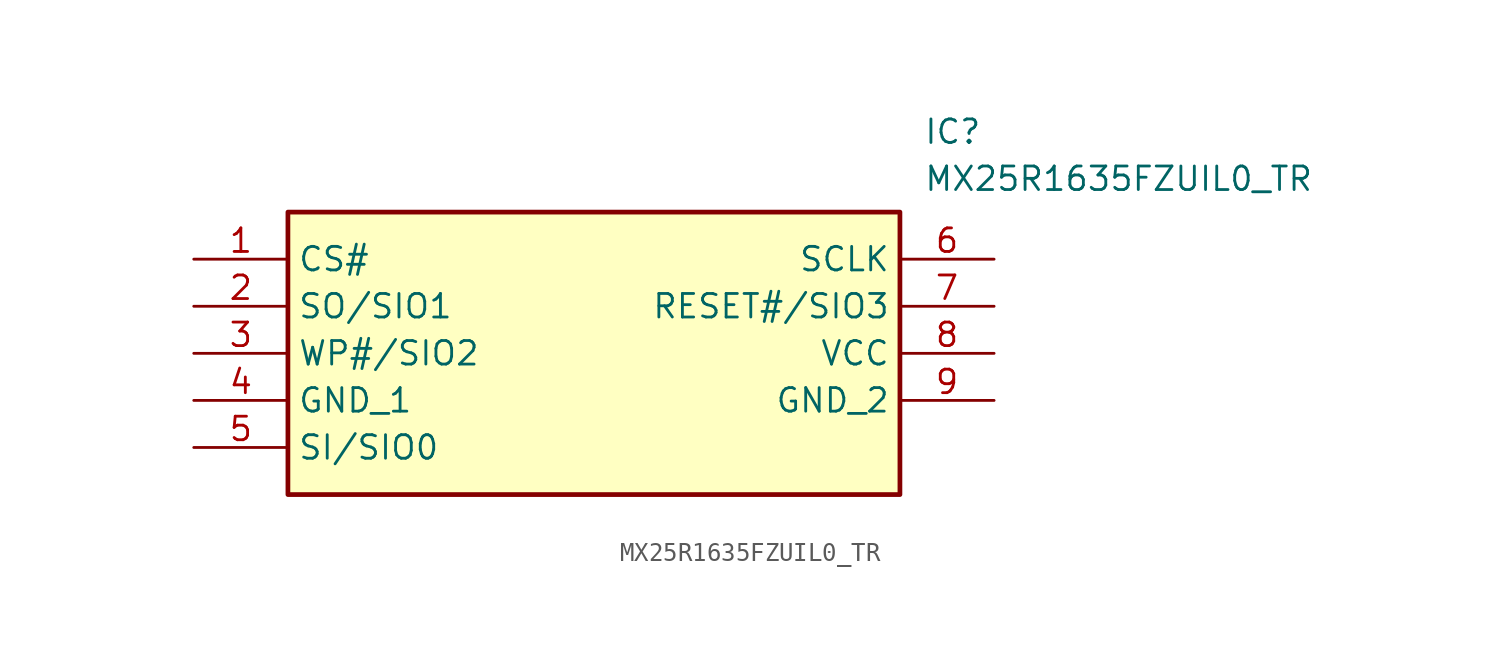
<source format=kicad_sym>
(kicad_symbol_lib
  (version 20211014)
  (generator SamacSys_ECAD_Model)
  (symbol "MX25R1635FZUIL0_TR"
    (property "Reference" "IC"
      (at 39.37 7.62 0)
      (effects (font (size 1.27 1.27)) (justify left top)))
    (property "Value" "MX25R1635FZUIL0_TR"
      (at 39.37 5.08 0)
      (effects (font (size 1.27 1.27)) (justify left top)))
    (rectangle
      (start 5.08 2.54)
      (end 38.1 -12.7)
      (stroke (width 0.254) (type default))
      (fill (type background)))
    (pin passive line
      (at 0 0 0)
      (length 5.08)
      (name "CS#" (effects (font (size 1.27 1.27))))
      (number "1" (effects (font (size 1.27 1.27)))))
    (pin passive line
      (at 0 -2.54 0)
      (length 5.08)
      (name "SO/SIO1" (effects (font (size 1.27 1.27))))
      (number "2" (effects (font (size 1.27 1.27)))))
    (pin passive line
      (at 0 -5.08 0)
      (length 5.08)
      (name "WP#/SIO2" (effects (font (size 1.27 1.27))))
      (number "3" (effects (font (size 1.27 1.27)))))
    (pin passive line
      (at 0 -7.62 0)
      (length 5.08)
      (name "GND_1" (effects (font (size 1.27 1.27))))
      (number "4" (effects (font (size 1.27 1.27)))))
    (pin passive line
      (at 0 -10.16 0)
      (length 5.08)
      (name "SI/SIO0" (effects (font (size 1.27 1.27))))
      (number "5" (effects (font (size 1.27 1.27)))))
    (pin passive line
      (at 43.18 0 180)
      (length 5.08)
      (name "SCLK" (effects (font (size 1.27 1.27))))
      (number "6" (effects (font (size 1.27 1.27)))))
    (pin passive line
      (at 43.18 -2.54 180)
      (length 5.08)
      (name "RESET#/SIO3" (effects (font (size 1.27 1.27))))
      (number "7" (effects (font (size 1.27 1.27)))))
    (pin passive line
      (at 43.18 -5.08 180)
      (length 5.08)
      (name "VCC" (effects (font (size 1.27 1.27))))
      (number "8" (effects (font (size 1.27 1.27)))))
    (pin passive line
      (at 43.18 -7.62 180)
      (length 5.08)
      (name "GND_2" (effects (font (size 1.27 1.27))))
      (number "9" (effects (font (size 1.27 1.27)))))))
</source>
